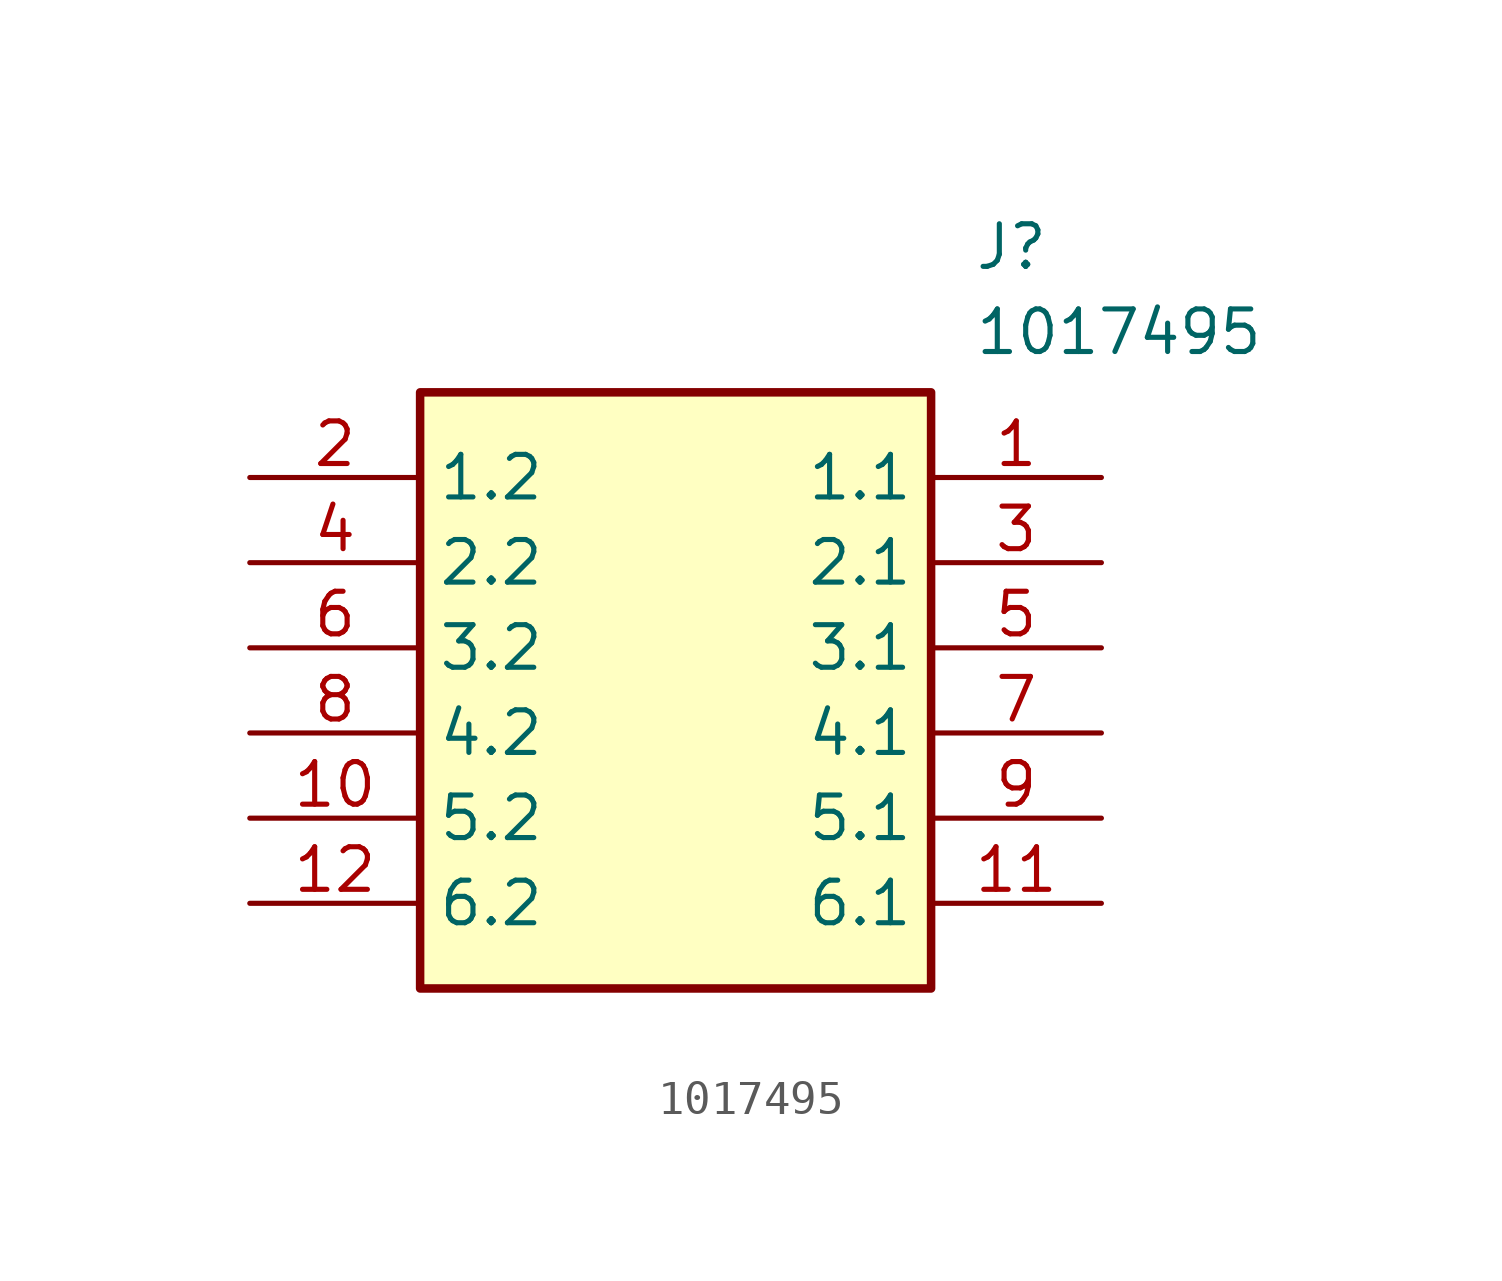
<source format=kicad_sym>
(kicad_symbol_lib
  (version 20211014)
  (generator SamacSys_ECAD_Model)
  (symbol "1017495"
    (property "Reference" "J"
      (at 21.59 7.62 0)
      (effects (font (size 1.27 1.27)) (justify left top)))
    (property "Value" "1017495"
      (at 21.59 5.08 0)
      (effects (font (size 1.27 1.27)) (justify left top)))
    (rectangle
      (start 5.08 2.54)
      (end 20.32 -15.24)
      (stroke (width 0.254) (type default))
      (fill (type background)))
    (pin passive line
      (at 25.4 0 180)
      (length 5.08)
      (name "1.1" (effects (font (size 1.27 1.27))))
      (number "1" (effects (font (size 1.27 1.27)))))
    (pin passive line
      (at 0 0 0)
      (length 5.08)
      (name "1.2" (effects (font (size 1.27 1.27))))
      (number "2" (effects (font (size 1.27 1.27)))))
    (pin passive line
      (at 25.4 -2.54 180)
      (length 5.08)
      (name "2.1" (effects (font (size 1.27 1.27))))
      (number "3" (effects (font (size 1.27 1.27)))))
    (pin passive line
      (at 0 -2.54 0)
      (length 5.08)
      (name "2.2" (effects (font (size 1.27 1.27))))
      (number "4" (effects (font (size 1.27 1.27)))))
    (pin passive line
      (at 25.4 -5.08 180)
      (length 5.08)
      (name "3.1" (effects (font (size 1.27 1.27))))
      (number "5" (effects (font (size 1.27 1.27)))))
    (pin passive line
      (at 0 -5.08 0)
      (length 5.08)
      (name "3.2" (effects (font (size 1.27 1.27))))
      (number "6" (effects (font (size 1.27 1.27)))))
    (pin passive line
      (at 25.4 -7.62 180)
      (length 5.08)
      (name "4.1" (effects (font (size 1.27 1.27))))
      (number "7" (effects (font (size 1.27 1.27)))))
    (pin passive line
      (at 0 -7.62 0)
      (length 5.08)
      (name "4.2" (effects (font (size 1.27 1.27))))
      (number "8" (effects (font (size 1.27 1.27)))))
    (pin passive line
      (at 25.4 -10.16 180)
      (length 5.08)
      (name "5.1" (effects (font (size 1.27 1.27))))
      (number "9" (effects (font (size 1.27 1.27)))))
    (pin passive line
      (at 0 -10.16 0)
      (length 5.08)
      (name "5.2" (effects (font (size 1.27 1.27))))
      (number "10" (effects (font (size 1.27 1.27)))))
    (pin passive line
      (at 25.4 -12.7 180)
      (length 5.08)
      (name "6.1" (effects (font (size 1.27 1.27))))
      (number "11" (effects (font (size 1.27 1.27)))))
    (pin passive line
      (at 0 -12.7 0)
      (length 5.08)
      (name "6.2" (effects (font (size 1.27 1.27))))
      (number "12" (effects (font (size 1.27 1.27)))))))
</source>
